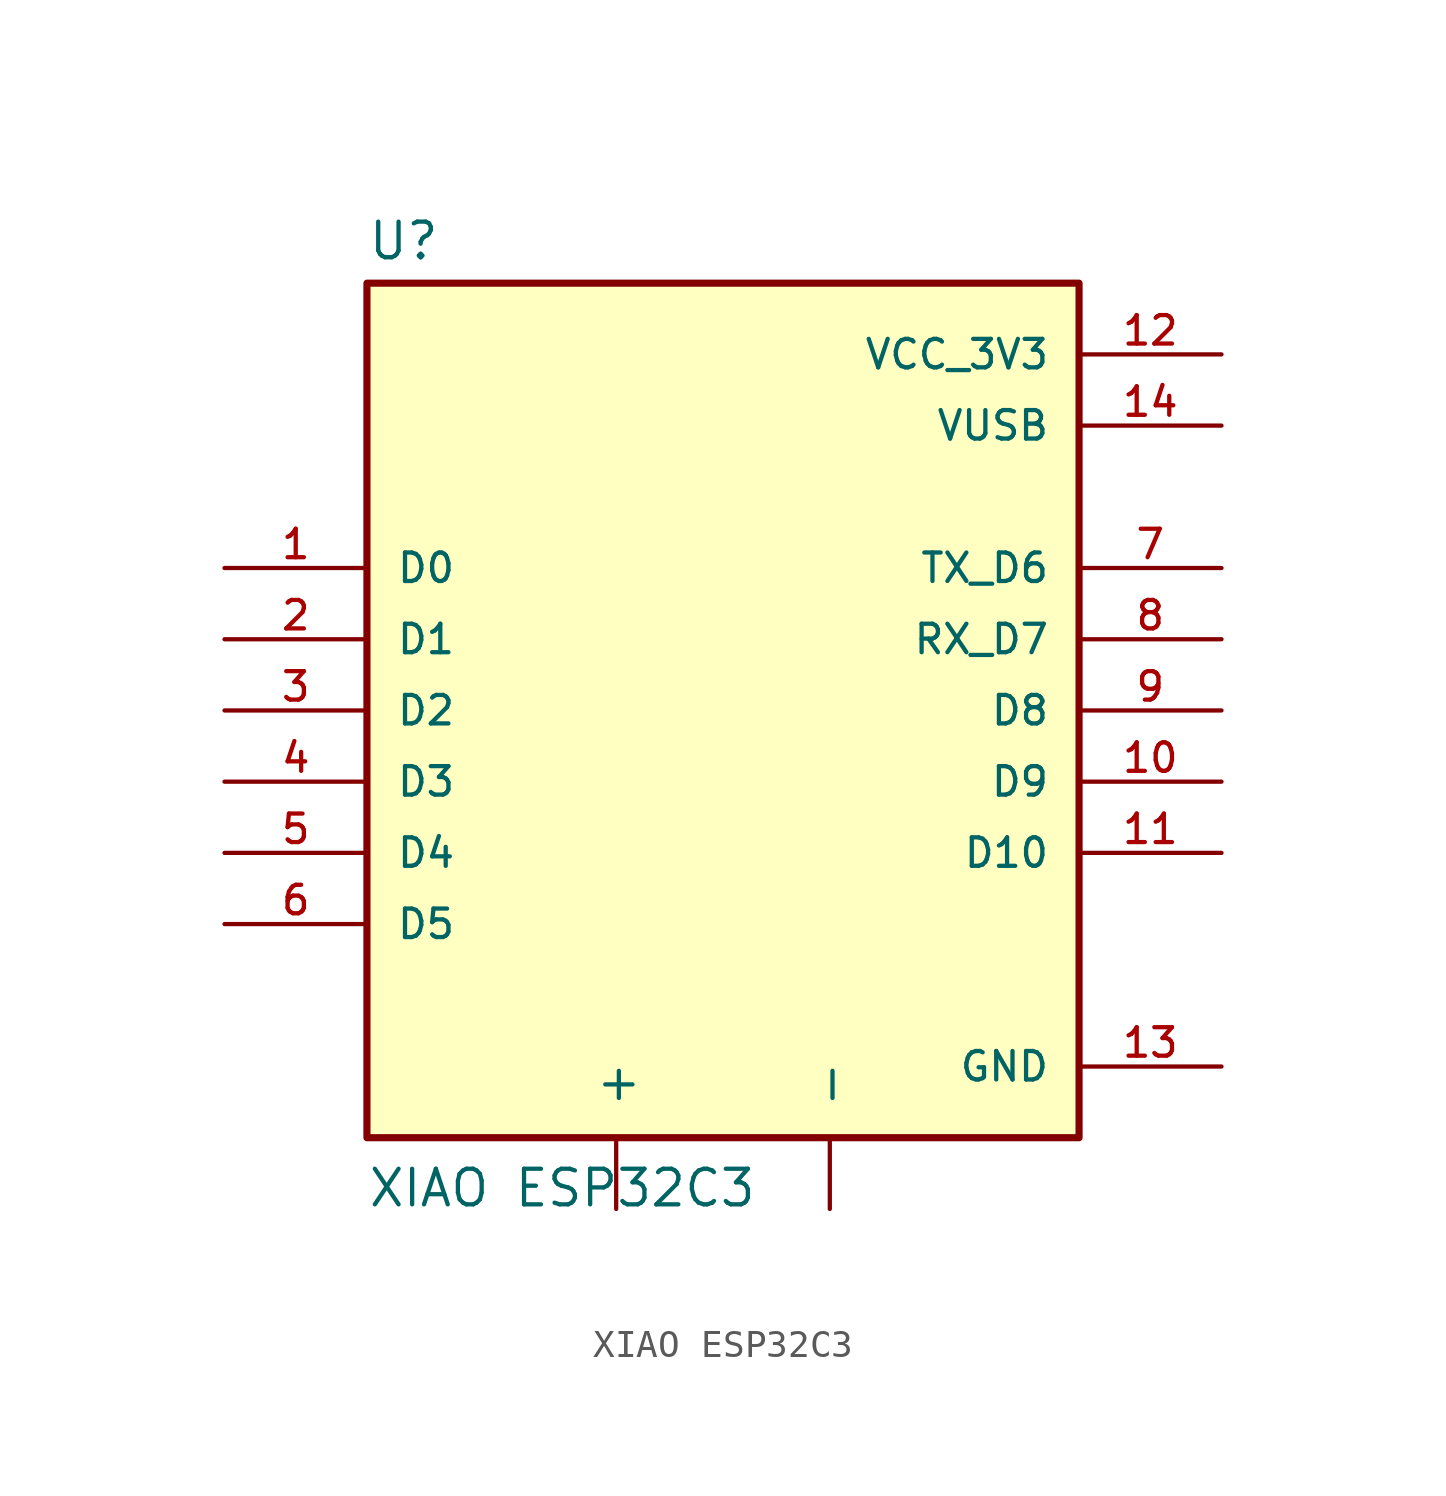
<source format=kicad_sym>
(kicad_symbol_lib
  (version 20241209)
  (generator "kicad_symbol_editor")
  (generator_version "9.0")
  (symbol "XIAO ESP32C3"
    (pin_names
      (offset 1.016))
    (property "Reference" "U"
      (at -12.7 16.002 0)
      (effects (font (size 1.27 1.27)) (justify left bottom)))
    (property "Value" "XIAO ESP32C3"
      (at -12.7 -17.78 0)
      (effects (font (size 1.27 1.27)) (justify left bottom)))
    (symbol "XIAO ESP32C3_0_0"
      (rectangle (start -12.7 -15.24) (end 12.7 15.24) (stroke (width 0.254) (type default)) (fill (type background)))
      (pin bidirectional line (at -17.78 5.08 0) (length 5.08) (name "D0" (effects (font (size 1.016 1.016)))) (number "1" (effects (font (size 1.016 1.016)))))
      (pin bidirectional line (at -17.78 2.54 0) (length 5.08) (name "D1" (effects (font (size 1.016 1.016)))) (number "2" (effects (font (size 1.016 1.016)))))
      (pin bidirectional line (at -17.78 0 0) (length 5.08) (name "D2" (effects (font (size 1.016 1.016)))) (number "3" (effects (font (size 1.016 1.016)))))
      (pin bidirectional line (at -17.78 -2.54 0) (length 5.08) (name "D3" (effects (font (size 1.016 1.016)))) (number "4" (effects (font (size 1.016 1.016)))))
      (pin bidirectional line (at -17.78 -5.08 0) (length 5.08) (name "D4" (effects (font (size 1.016 1.016)))) (number "5" (effects (font (size 1.016 1.016)))))
      (pin bidirectional line (at -17.78 -7.62 0) (length 5.08) (name "D5" (effects (font (size 1.016 1.016)))) (number "6" (effects (font (size 1.016 1.016)))))
      (pin power_in line (at 17.78 12.7 180) (length 5.08) (name "VCC_3V3" (effects (font (size 1.016 1.016)))) (number "12" (effects (font (size 1.016 1.016)))))
      (pin power_in line (at 17.78 10.16 180) (length 5.08) (name "VUSB" (effects (font (size 1.016 1.016)))) (number "14" (effects (font (size 1.016 1.016)))))
      (pin bidirectional line (at 17.78 5.08 180) (length 5.08) (name "TX_D6" (effects (font (size 1.016 1.016)))) (number "7" (effects (font (size 1.016 1.016)))))
      (pin bidirectional line (at 17.78 2.54 180) (length 5.08) (name "RX_D7" (effects (font (size 1.016 1.016)))) (number "8" (effects (font (size 1.016 1.016)))))
      (pin bidirectional line (at 17.78 0 180) (length 5.08) (name "D8" (effects (font (size 1.016 1.016)))) (number "9" (effects (font (size 1.016 1.016)))))
      (pin bidirectional line (at 17.78 -2.54 180) (length 5.08) (name "D9" (effects (font (size 1.016 1.016)))) (number "10" (effects (font (size 1.016 1.016)))))
      (pin bidirectional line (at 17.78 -5.08 180) (length 5.08) (name "D10" (effects (font (size 1.016 1.016)))) (number "11" (effects (font (size 1.016 1.016)))))
      (pin power_in line (at 17.78 -12.7 180) (length 5.08) (name "GND" (effects (font (size 1.016 1.016)))) (number "13" (effects (font (size 1.016 1.016))))))
    (symbol "XIAO ESP32C3_1_1"
      (pin power_in line (at -3.81 -17.78 90) (length 2.54) (name "+" (effects (font (size 1.27 1.27)))) (number "" (effects (font (size 1.27 1.27)))))
      (pin power_out line (at 3.81 -17.78 90) (length 2.54) (name "-" (effects (font (size 1.27 1.27)))) (number "" (effects (font (size 1.27 1.27))))))))
</source>
